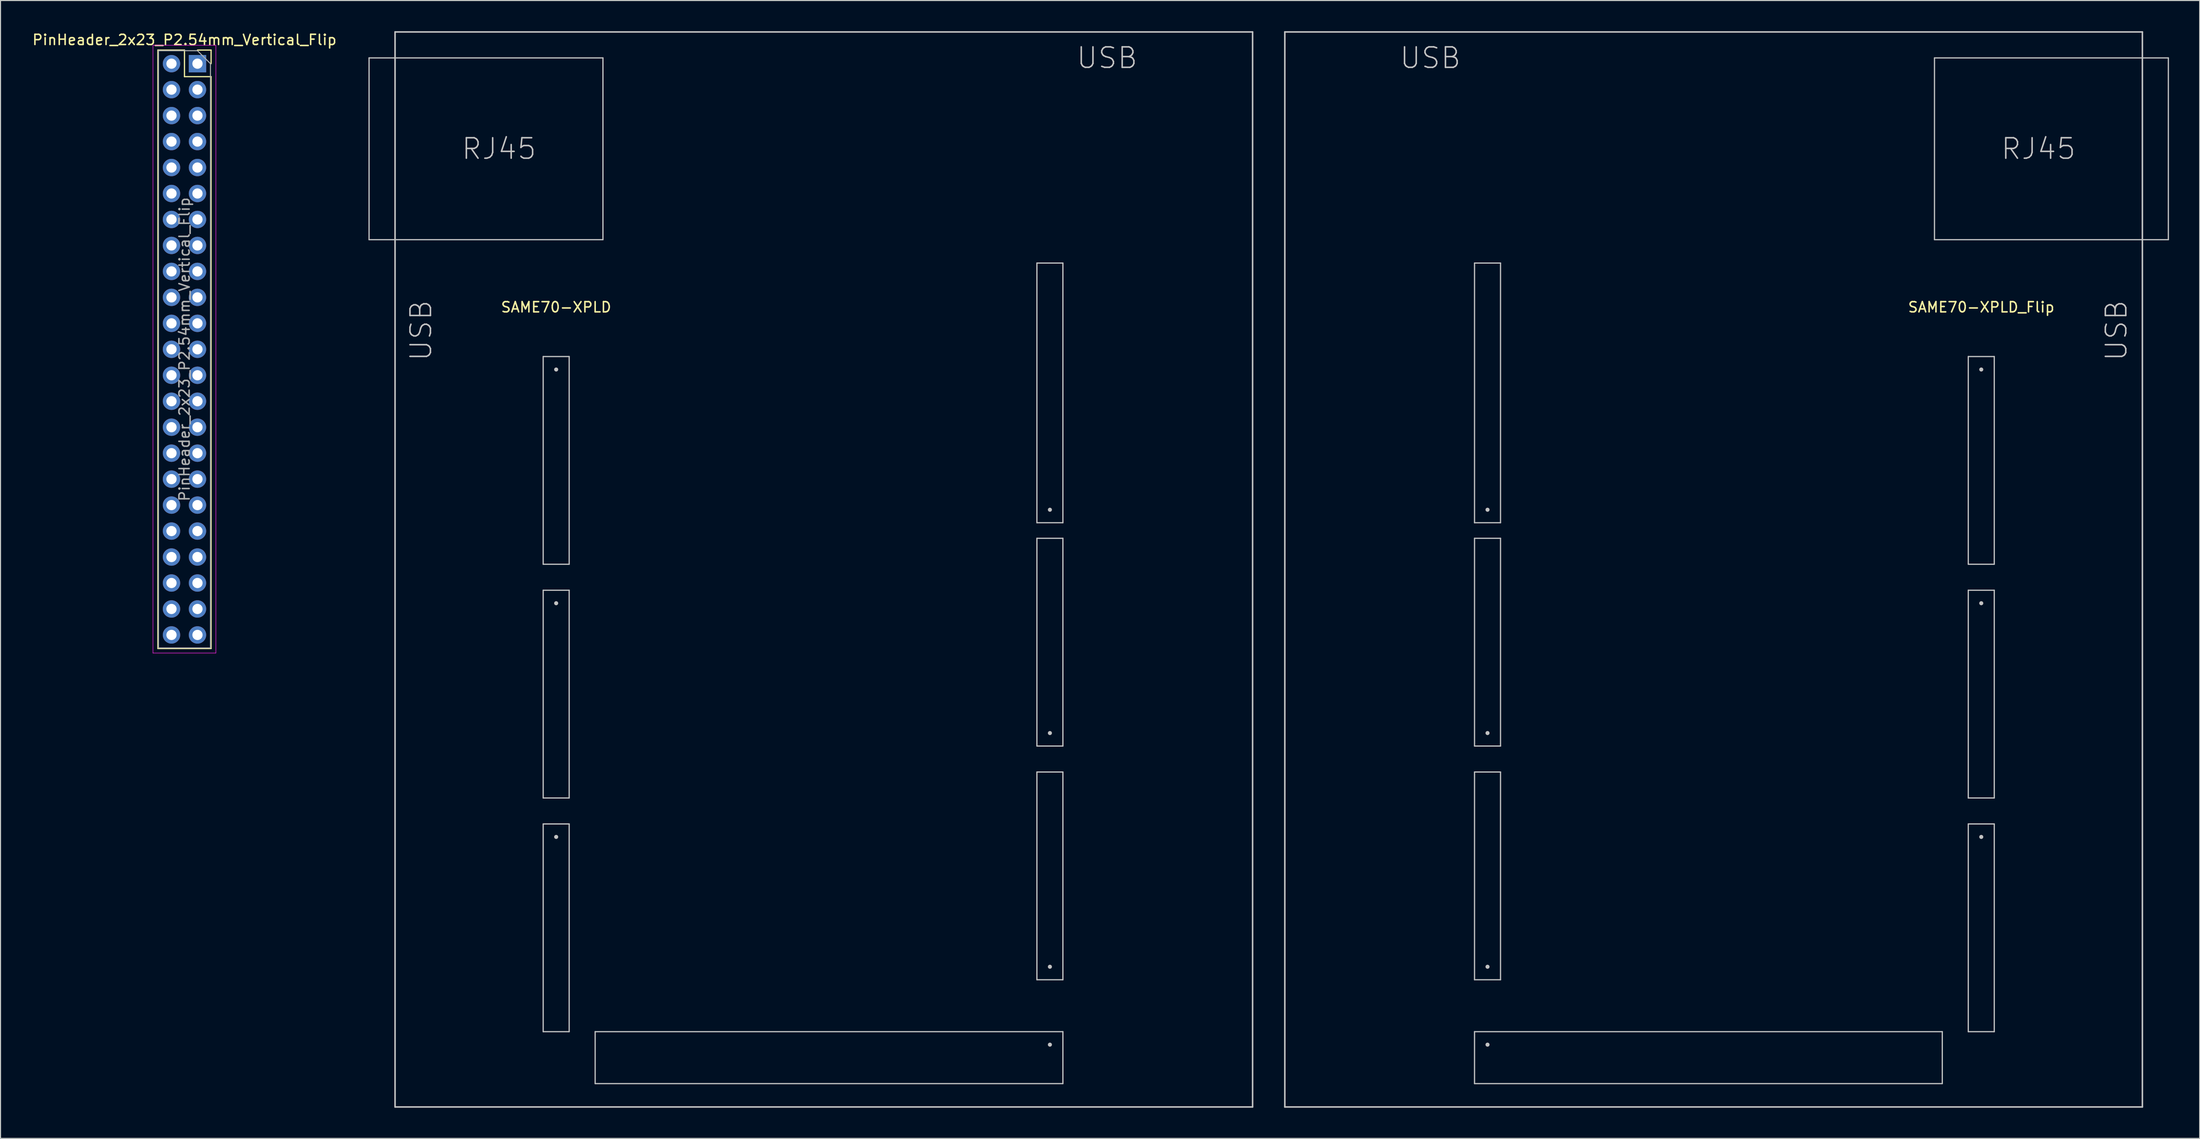
<source format=kicad_pcb>
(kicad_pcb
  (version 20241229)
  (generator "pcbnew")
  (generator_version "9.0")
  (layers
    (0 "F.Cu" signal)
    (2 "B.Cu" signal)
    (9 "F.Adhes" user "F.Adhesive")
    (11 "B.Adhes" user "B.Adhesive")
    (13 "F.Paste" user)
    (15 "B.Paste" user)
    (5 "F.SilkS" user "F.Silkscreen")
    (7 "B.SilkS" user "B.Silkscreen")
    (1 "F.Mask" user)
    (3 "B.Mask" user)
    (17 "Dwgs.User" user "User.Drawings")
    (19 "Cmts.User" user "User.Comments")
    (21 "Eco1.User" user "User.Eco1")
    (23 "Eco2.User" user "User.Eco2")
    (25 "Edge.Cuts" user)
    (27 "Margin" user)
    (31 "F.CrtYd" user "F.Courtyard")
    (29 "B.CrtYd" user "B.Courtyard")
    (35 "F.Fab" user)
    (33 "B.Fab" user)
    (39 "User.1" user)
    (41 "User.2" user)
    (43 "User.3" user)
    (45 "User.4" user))
  (footprint "SAME70-XPLD"
    (layer "F.Cu")
    (at 51.312 33.095)
    (property "Reference" "SAME70-XPLD" (at 0 -6.096 0) (layer "F.SilkS") (effects (font (size 1 1) (thickness 0.15))))
    (attr through_hole)
    (fp_line (start -18.288 -30.48) (end 4.572 -30.48) (stroke (width 0.12) (type solid)) (layer "Dwgs.User"))
    (fp_line (start -18.288 -12.7) (end -18.288 -30.48) (stroke (width 0.12) (type solid)) (layer "Dwgs.User"))
    (fp_line (start -15.748 -33.02) (end 68.072 -33.02) (stroke (width 0.15) (type solid)) (layer "Dwgs.User"))
    (fp_line (start -15.748 72.136) (end -15.748 -33.02) (stroke (width 0.15) (type solid)) (layer "Dwgs.User"))
    (fp_line (start -1.27 -1.27) (end 1.27 -1.27) (stroke (width 0.12) (type solid)) (layer "Dwgs.User"))
    (fp_line (start -1.27 19.05) (end -1.27 -1.27) (stroke (width 0.12) (type solid)) (layer "Dwgs.User"))
    (fp_line (start -1.27 21.59) (end 1.27 21.59) (stroke (width 0.12) (type solid)) (layer "Dwgs.User"))
    (fp_line (start -1.27 41.91) (end -1.27 21.59) (stroke (width 0.12) (type solid)) (layer "Dwgs.User"))
    (fp_line (start -1.27 44.45) (end 1.27 44.45) (stroke (width 0.12) (type solid)) (layer "Dwgs.User"))
    (fp_line (start -1.27 64.77) (end -1.27 44.45) (stroke (width 0.12) (type solid)) (layer "Dwgs.User"))
    (fp_line (start 1.27 -1.27) (end 1.27 19.05) (stroke (width 0.12) (type solid)) (layer "Dwgs.User"))
    (fp_line (start 1.27 19.05) (end -1.27 19.05) (stroke (width 0.12) (type solid)) (layer "Dwgs.User"))
    (fp_line (start 1.27 21.59) (end 1.27 41.91) (stroke (width 0.12) (type solid)) (layer "Dwgs.User"))
    (fp_line (start 1.27 41.91) (end -1.27 41.91) (stroke (width 0.12) (type solid)) (layer "Dwgs.User"))
    (fp_line (start 1.27 44.45) (end 1.27 64.77) (stroke (width 0.12) (type solid)) (layer "Dwgs.User"))
    (fp_line (start 1.27 64.77) (end -1.27 64.77) (stroke (width 0.12) (type solid)) (layer "Dwgs.User"))
    (fp_line (start 3.81 64.77) (end 3.81 69.85) (stroke (width 0.12) (type solid)) (layer "Dwgs.User"))
    (fp_line (start 3.81 69.85) (end 49.53 69.85) (stroke (width 0.12) (type solid)) (layer "Dwgs.User"))
    (fp_line (start 4.572 -12.7) (end -18.288 -12.7) (stroke (width 0.12) (type solid)) (layer "Dwgs.User"))
    (fp_line (start 4.572 -12.7) (end 4.572 -30.48) (stroke (width 0.12) (type solid)) (layer "Dwgs.User"))
    (fp_line (start 46.99 -10.414) (end 46.99 14.986) (stroke (width 0.12) (type solid)) (layer "Dwgs.User"))
    (fp_line (start 46.99 14.986) (end 49.53 14.986) (stroke (width 0.12) (type solid)) (layer "Dwgs.User"))
    (fp_line (start 46.99 16.51) (end 46.99 36.83) (stroke (width 0.12) (type solid)) (layer "Dwgs.User"))
    (fp_line (start 46.99 36.83) (end 49.53 36.83) (stroke (width 0.12) (type solid)) (layer "Dwgs.User"))
    (fp_line (start 46.99 39.37) (end 46.99 59.69) (stroke (width 0.12) (type solid)) (layer "Dwgs.User"))
    (fp_line (start 46.99 59.69) (end 49.53 59.69) (stroke (width 0.12) (type solid)) (layer "Dwgs.User"))
    (fp_line (start 49.53 -10.414) (end 46.99 -10.414) (stroke (width 0.12) (type solid)) (layer "Dwgs.User"))
    (fp_line (start 49.53 14.986) (end 49.53 -10.414) (stroke (width 0.12) (type solid)) (layer "Dwgs.User"))
    (fp_line (start 49.53 16.51) (end 46.99 16.51) (stroke (width 0.12) (type solid)) (layer "Dwgs.User"))
    (fp_line (start 49.53 36.83) (end 49.53 16.51) (stroke (width 0.12) (type solid)) (layer "Dwgs.User"))
    (fp_line (start 49.53 39.37) (end 46.99 39.37) (stroke (width 0.12) (type solid)) (layer "Dwgs.User"))
    (fp_line (start 49.53 59.69) (end 49.53 39.37) (stroke (width 0.12) (type solid)) (layer "Dwgs.User"))
    (fp_line (start 49.53 64.77) (end 3.81 64.77) (stroke (width 0.12) (type solid)) (layer "Dwgs.User"))
    (fp_line (start 49.53 69.85) (end 49.53 64.77) (stroke (width 0.12) (type solid)) (layer "Dwgs.User"))
    (fp_line (start 68.072 -33.02) (end 68.072 72.136) (stroke (width 0.15) (type solid)) (layer "Dwgs.User"))
    (fp_line (start 68.072 72.136) (end -15.748 72.136) (stroke (width 0.15) (type solid)) (layer "Dwgs.User"))
    (fp_circle (center 0 0) (end 0.1 0) (stroke (width 0.2) (type solid)) (fill no) (layer "Dwgs.User"))
    (fp_circle (center 0 22.86) (end 0.1 22.86) (stroke (width 0.2) (type solid)) (fill no) (layer "Dwgs.User"))
    (fp_circle (center 0 45.72) (end 0.1 45.72) (stroke (width 0.2) (type solid)) (fill no) (layer "Dwgs.User"))
    (fp_circle (center 48.26 13.716) (end 48.36 13.716) (stroke (width 0.2) (type solid)) (fill no) (layer "Dwgs.User"))
    (fp_circle (center 48.26 35.56) (end 48.36 35.56) (stroke (width 0.2) (type solid)) (fill no) (layer "Dwgs.User"))
    (fp_circle (center 48.26 58.42) (end 48.36 58.42) (stroke (width 0.2) (type solid)) (fill no) (layer "Dwgs.User"))
    (fp_circle (center 48.26 66.04) (end 48.36 66.04) (stroke (width 0.2) (type solid)) (fill no) (layer "Dwgs.User"))
    (fp_text user "USB" (at 53.848 -30.48 0) (layer "Dwgs.User") (effects (font (size 2 2) (thickness 0.15))))
    (fp_text user "USB" (at -13.208 -3.81 90) (layer "Dwgs.User") (effects (font (size 2 2) (thickness 0.15))))
    (fp_text user "RJ45" (at -5.588 -21.59 0) (layer "Dwgs.User") (effects (font (size 2 2) (thickness 0.15)))))
  (footprint "PinHeader_2x23_P2.54mm_Vertical_Flip"
    (layer "F.Cu")
    (at 16.252 3.178)
    (property "Reference" "PinHeader_2x23_P2.54mm_Vertical_Flip" (at -1.27 -2.33 0) (layer "F.SilkS") (effects (font (size 1 1) (thickness 0.15))))
    (attr through_hole)
    (fp_line (start -3.87 -1.33) (end -3.87 57.21) (stroke (width 0.12) (type solid)) (layer "F.SilkS"))
    (fp_line (start -1.27 -1.33) (end -3.87 -1.33) (stroke (width 0.12) (type solid)) (layer "F.SilkS"))
    (fp_line (start -1.27 1.27) (end -1.27 -1.33) (stroke (width 0.12) (type solid)) (layer "F.SilkS"))
    (fp_line (start 1.33 -1.33) (end 0 -1.33) (stroke (width 0.12) (type solid)) (layer "F.SilkS"))
    (fp_line (start 1.33 0) (end 1.33 -1.33) (stroke (width 0.12) (type solid)) (layer "F.SilkS"))
    (fp_line (start 1.33 1.27) (end -1.27 1.27) (stroke (width 0.12) (type solid)) (layer "F.SilkS"))
    (fp_line (start 1.33 1.27) (end 1.33 57.21) (stroke (width 0.12) (type solid)) (layer "F.SilkS"))
    (fp_line (start 1.33 57.21) (end -3.87 57.21) (stroke (width 0.12) (type solid)) (layer "F.SilkS"))
    (fp_line (start -4.35 -1.8) (end 1.8 -1.8) (stroke (width 0.05) (type solid)) (layer "F.CrtYd"))
    (fp_line (start -4.35 57.65) (end -4.35 -1.8) (stroke (width 0.05) (type solid)) (layer "F.CrtYd"))
    (fp_line (start 1.8 -1.8) (end 1.8 57.65) (stroke (width 0.05) (type solid)) (layer "F.CrtYd"))
    (fp_line (start 1.8 57.65) (end -4.35 57.65) (stroke (width 0.05) (type solid)) (layer "F.CrtYd"))
    (fp_line (start -3.81 -1.27) (end -3.81 57.15) (stroke (width 0.1) (type solid)) (layer "F.Fab"))
    (fp_line (start -3.81 57.15) (end 1.27 57.15) (stroke (width 0.1) (type solid)) (layer "F.Fab"))
    (fp_line (start 0 -1.27) (end -3.81 -1.27) (stroke (width 0.1) (type solid)) (layer "F.Fab"))
    (fp_line (start 1.27 0) (end 0 -1.27) (stroke (width 0.1) (type solid)) (layer "F.Fab"))
    (fp_line (start 1.27 57.15) (end 1.27 0) (stroke (width 0.1) (type solid)) (layer "F.Fab"))
    (fp_text user "${REFERENCE}" (at -1.27 27.94 90) (layer "F.Fab") (effects (font (size 1 1) (thickness 0.15))))
    (pad "1" thru_hole rect (at 0 0) (size 1.7 1.7) (drill 1) (layers "*.Cu" "*.Mask"))
    (pad "2" thru_hole oval (at -2.54 0) (size 1.7 1.7) (drill 1) (layers "*.Cu" "*.Mask"))
    (pad "3" thru_hole oval (at 0 2.54) (size 1.7 1.7) (drill 1) (layers "*.Cu" "*.Mask"))
    (pad "4" thru_hole oval (at -2.54 2.54) (size 1.7 1.7) (drill 1) (layers "*.Cu" "*.Mask"))
    (pad "5" thru_hole oval (at 0 5.08) (size 1.7 1.7) (drill 1) (layers "*.Cu" "*.Mask"))
    (pad "6" thru_hole oval (at -2.54 5.08) (size 1.7 1.7) (drill 1) (layers "*.Cu" "*.Mask"))
    (pad "7" thru_hole oval (at 0 7.62) (size 1.7 1.7) (drill 1) (layers "*.Cu" "*.Mask"))
    (pad "8" thru_hole oval (at -2.54 7.62) (size 1.7 1.7) (drill 1) (layers "*.Cu" "*.Mask"))
    (pad "9" thru_hole oval (at 0 10.16) (size 1.7 1.7) (drill 1) (layers "*.Cu" "*.Mask"))
    (pad "10" thru_hole oval (at -2.54 10.16) (size 1.7 1.7) (drill 1) (layers "*.Cu" "*.Mask"))
    (pad "11" thru_hole oval (at 0 12.7) (size 1.7 1.7) (drill 1) (layers "*.Cu" "*.Mask"))
    (pad "12" thru_hole oval (at -2.54 12.7) (size 1.7 1.7) (drill 1) (layers "*.Cu" "*.Mask"))
    (pad "13" thru_hole oval (at 0 15.24) (size 1.7 1.7) (drill 1) (layers "*.Cu" "*.Mask"))
    (pad "14" thru_hole oval (at -2.54 15.24) (size 1.7 1.7) (drill 1) (layers "*.Cu" "*.Mask"))
    (pad "15" thru_hole oval (at 0 17.78) (size 1.7 1.7) (drill 1) (layers "*.Cu" "*.Mask"))
    (pad "16" thru_hole oval (at -2.54 17.78) (size 1.7 1.7) (drill 1) (layers "*.Cu" "*.Mask"))
    (pad "17" thru_hole oval (at 0 20.32) (size 1.7 1.7) (drill 1) (layers "*.Cu" "*.Mask"))
    (pad "18" thru_hole oval (at -2.54 20.32) (size 1.7 1.7) (drill 1) (layers "*.Cu" "*.Mask"))
    (pad "19" thru_hole oval (at 0 22.86) (size 1.7 1.7) (drill 1) (layers "*.Cu" "*.Mask"))
    (pad "20" thru_hole oval (at -2.54 22.86) (size 1.7 1.7) (drill 1) (layers "*.Cu" "*.Mask"))
    (pad "21" thru_hole oval (at 0 25.4) (size 1.7 1.7) (drill 1) (layers "*.Cu" "*.Mask"))
    (pad "22" thru_hole oval (at -2.54 25.4) (size 1.7 1.7) (drill 1) (layers "*.Cu" "*.Mask"))
    (pad "23" thru_hole oval (at 0 27.94) (size 1.7 1.7) (drill 1) (layers "*.Cu" "*.Mask"))
    (pad "24" thru_hole oval (at -2.54 27.94) (size 1.7 1.7) (drill 1) (layers "*.Cu" "*.Mask"))
    (pad "25" thru_hole oval (at 0 30.48) (size 1.7 1.7) (drill 1) (layers "*.Cu" "*.Mask"))
    (pad "26" thru_hole oval (at -2.54 30.48) (size 1.7 1.7) (drill 1) (layers "*.Cu" "*.Mask"))
    (pad "27" thru_hole oval (at 0 33.02) (size 1.7 1.7) (drill 1) (layers "*.Cu" "*.Mask"))
    (pad "28" thru_hole oval (at -2.54 33.02) (size 1.7 1.7) (drill 1) (layers "*.Cu" "*.Mask"))
    (pad "29" thru_hole oval (at 0 35.56) (size 1.7 1.7) (drill 1) (layers "*.Cu" "*.Mask"))
    (pad "30" thru_hole oval (at -2.54 35.56) (size 1.7 1.7) (drill 1) (layers "*.Cu" "*.Mask"))
    (pad "31" thru_hole oval (at 0 38.1) (size 1.7 1.7) (drill 1) (layers "*.Cu" "*.Mask"))
    (pad "32" thru_hole oval (at -2.54 38.1) (size 1.7 1.7) (drill 1) (layers "*.Cu" "*.Mask"))
    (pad "33" thru_hole oval (at 0 40.64) (size 1.7 1.7) (drill 1) (layers "*.Cu" "*.Mask"))
    (pad "34" thru_hole oval (at -2.54 40.64) (size 1.7 1.7) (drill 1) (layers "*.Cu" "*.Mask"))
    (pad "35" thru_hole oval (at 0 43.18) (size 1.7 1.7) (drill 1) (layers "*.Cu" "*.Mask"))
    (pad "36" thru_hole oval (at -2.54 43.18) (size 1.7 1.7) (drill 1) (layers "*.Cu" "*.Mask"))
    (pad "37" thru_hole oval (at 0 45.72) (size 1.7 1.7) (drill 1) (layers "*.Cu" "*.Mask"))
    (pad "38" thru_hole oval (at -2.54 45.72) (size 1.7 1.7) (drill 1) (layers "*.Cu" "*.Mask"))
    (pad "39" thru_hole oval (at 0 48.26) (size 1.7 1.7) (drill 1) (layers "*.Cu" "*.Mask"))
    (pad "40" thru_hole oval (at -2.54 48.26) (size 1.7 1.7) (drill 1) (layers "*.Cu" "*.Mask"))
    (pad "41" thru_hole oval (at 0 50.8) (size 1.7 1.7) (drill 1) (layers "*.Cu" "*.Mask"))
    (pad "42" thru_hole oval (at -2.54 50.8) (size 1.7 1.7) (drill 1) (layers "*.Cu" "*.Mask"))
    (pad "43" thru_hole oval (at 0 53.34) (size 1.7 1.7) (drill 1) (layers "*.Cu" "*.Mask"))
    (pad "44" thru_hole oval (at -2.54 53.34) (size 1.7 1.7) (drill 1) (layers "*.Cu" "*.Mask"))
    (pad "45" thru_hole oval (at 0 55.88) (size 1.7 1.7) (drill 1) (layers "*.Cu" "*.Mask"))
    (pad "46" thru_hole oval (at -2.54 55.88) (size 1.7 1.7) (drill 1) (layers "*.Cu" "*.Mask")))
  (footprint "SAME70-XPLD_Flip"
    (layer "F.Cu")
    (at 190.606 33.095)
    (property "Reference" "SAME70-XPLD_Flip" (at 0 -6.096 0) (layer "F.SilkS") (effects (font (size 1 1) (thickness 0.15))))
    (attr through_hole)
    (fp_line (start -68.072 -33.02) (end -68.072 72.136) (stroke (width 0.15) (type solid)) (layer "Dwgs.User"))
    (fp_line (start -68.072 72.136) (end 15.748 72.136) (stroke (width 0.15) (type solid)) (layer "Dwgs.User"))
    (fp_line (start -49.53 -10.414) (end -46.99 -10.414) (stroke (width 0.12) (type solid)) (layer "Dwgs.User"))
    (fp_line (start -49.53 14.986) (end -49.53 -10.414) (stroke (width 0.12) (type solid)) (layer "Dwgs.User"))
    (fp_line (start -49.53 16.51) (end -46.99 16.51) (stroke (width 0.12) (type solid)) (layer "Dwgs.User"))
    (fp_line (start -49.53 36.83) (end -49.53 16.51) (stroke (width 0.12) (type solid)) (layer "Dwgs.User"))
    (fp_line (start -49.53 39.37) (end -46.99 39.37) (stroke (width 0.12) (type solid)) (layer "Dwgs.User"))
    (fp_line (start -49.53 59.69) (end -49.53 39.37) (stroke (width 0.12) (type solid)) (layer "Dwgs.User"))
    (fp_line (start -49.53 64.77) (end -3.81 64.77) (stroke (width 0.12) (type solid)) (layer "Dwgs.User"))
    (fp_line (start -49.53 69.85) (end -49.53 64.77) (stroke (width 0.12) (type solid)) (layer "Dwgs.User"))
    (fp_line (start -46.99 -10.414) (end -46.99 14.986) (stroke (width 0.12) (type solid)) (layer "Dwgs.User"))
    (fp_line (start -46.99 14.986) (end -49.53 14.986) (stroke (width 0.12) (type solid)) (layer "Dwgs.User"))
    (fp_line (start -46.99 16.51) (end -46.99 36.83) (stroke (width 0.12) (type solid)) (layer "Dwgs.User"))
    (fp_line (start -46.99 36.83) (end -49.53 36.83) (stroke (width 0.12) (type solid)) (layer "Dwgs.User"))
    (fp_line (start -46.99 39.37) (end -46.99 59.69) (stroke (width 0.12) (type solid)) (layer "Dwgs.User"))
    (fp_line (start -46.99 59.69) (end -49.53 59.69) (stroke (width 0.12) (type solid)) (layer "Dwgs.User"))
    (fp_line (start -4.572 -12.7) (end -4.572 -30.48) (stroke (width 0.12) (type solid)) (layer "Dwgs.User"))
    (fp_line (start -4.572 -12.7) (end 18.288 -12.7) (stroke (width 0.12) (type solid)) (layer "Dwgs.User"))
    (fp_line (start -3.81 64.77) (end -3.81 69.85) (stroke (width 0.12) (type solid)) (layer "Dwgs.User"))
    (fp_line (start -3.81 69.85) (end -49.53 69.85) (stroke (width 0.12) (type solid)) (layer "Dwgs.User"))
    (fp_line (start -1.27 -1.27) (end -1.27 19.05) (stroke (width 0.12) (type solid)) (layer "Dwgs.User"))
    (fp_line (start -1.27 19.05) (end 1.27 19.05) (stroke (width 0.12) (type solid)) (layer "Dwgs.User"))
    (fp_line (start -1.27 21.59) (end -1.27 41.91) (stroke (width 0.12) (type solid)) (layer "Dwgs.User"))
    (fp_line (start -1.27 41.91) (end 1.27 41.91) (stroke (width 0.12) (type solid)) (layer "Dwgs.User"))
    (fp_line (start -1.27 44.45) (end -1.27 64.77) (stroke (width 0.12) (type solid)) (layer "Dwgs.User"))
    (fp_line (start -1.27 64.77) (end 1.27 64.77) (stroke (width 0.12) (type solid)) (layer "Dwgs.User"))
    (fp_line (start 1.27 -1.27) (end -1.27 -1.27) (stroke (width 0.12) (type solid)) (layer "Dwgs.User"))
    (fp_line (start 1.27 19.05) (end 1.27 -1.27) (stroke (width 0.12) (type solid)) (layer "Dwgs.User"))
    (fp_line (start 1.27 21.59) (end -1.27 21.59) (stroke (width 0.12) (type solid)) (layer "Dwgs.User"))
    (fp_line (start 1.27 41.91) (end 1.27 21.59) (stroke (width 0.12) (type solid)) (layer "Dwgs.User"))
    (fp_line (start 1.27 44.45) (end -1.27 44.45) (stroke (width 0.12) (type solid)) (layer "Dwgs.User"))
    (fp_line (start 1.27 64.77) (end 1.27 44.45) (stroke (width 0.12) (type solid)) (layer "Dwgs.User"))
    (fp_line (start 15.748 -33.02) (end -68.072 -33.02) (stroke (width 0.15) (type solid)) (layer "Dwgs.User"))
    (fp_line (start 15.748 72.136) (end 15.748 -33.02) (stroke (width 0.15) (type solid)) (layer "Dwgs.User"))
    (fp_line (start 18.288 -30.48) (end -4.572 -30.48) (stroke (width 0.12) (type solid)) (layer "Dwgs.User"))
    (fp_line (start 18.288 -12.7) (end 18.288 -30.48) (stroke (width 0.12) (type solid)) (layer "Dwgs.User"))
    (fp_circle (center -48.26 13.716) (end -48.36 13.716) (stroke (width 0.2) (type solid)) (fill no) (layer "Dwgs.User"))
    (fp_circle (center -48.26 35.56) (end -48.36 35.56) (stroke (width 0.2) (type solid)) (fill no) (layer "Dwgs.User"))
    (fp_circle (center -48.26 58.42) (end -48.36 58.42) (stroke (width 0.2) (type solid)) (fill no) (layer "Dwgs.User"))
    (fp_circle (center -48.26 66.04) (end -48.36 66.04) (stroke (width 0.2) (type solid)) (fill no) (layer "Dwgs.User"))
    (fp_circle (center 0 0) (end -0.1 0) (stroke (width 0.2) (type solid)) (fill no) (layer "Dwgs.User"))
    (fp_circle (center 0 22.86) (end -0.1 22.86) (stroke (width 0.2) (type solid)) (fill no) (layer "Dwgs.User"))
    (fp_circle (center 0 45.72) (end -0.1 45.72) (stroke (width 0.2) (type solid)) (fill no) (layer "Dwgs.User"))
    (fp_text user "RJ45" (at 5.588 -21.59 0) (layer "Dwgs.User") (effects (font (size 2 2) (thickness 0.15))))
    (fp_text user "USB" (at -53.848 -30.48 0) (layer "Dwgs.User") (effects (font (size 2 2) (thickness 0.15))))
    (fp_text user "USB" (at 13.208 -3.81 90) (layer "Dwgs.User") (effects (font (size 2 2) (thickness 0.15)))))
  (gr_rect
    (start -3 -3)
    (end 211.954 108.306)
    (stroke (width 0.1) (type default))
    (fill no)
    (layer "Edge.Cuts")))
</source>
